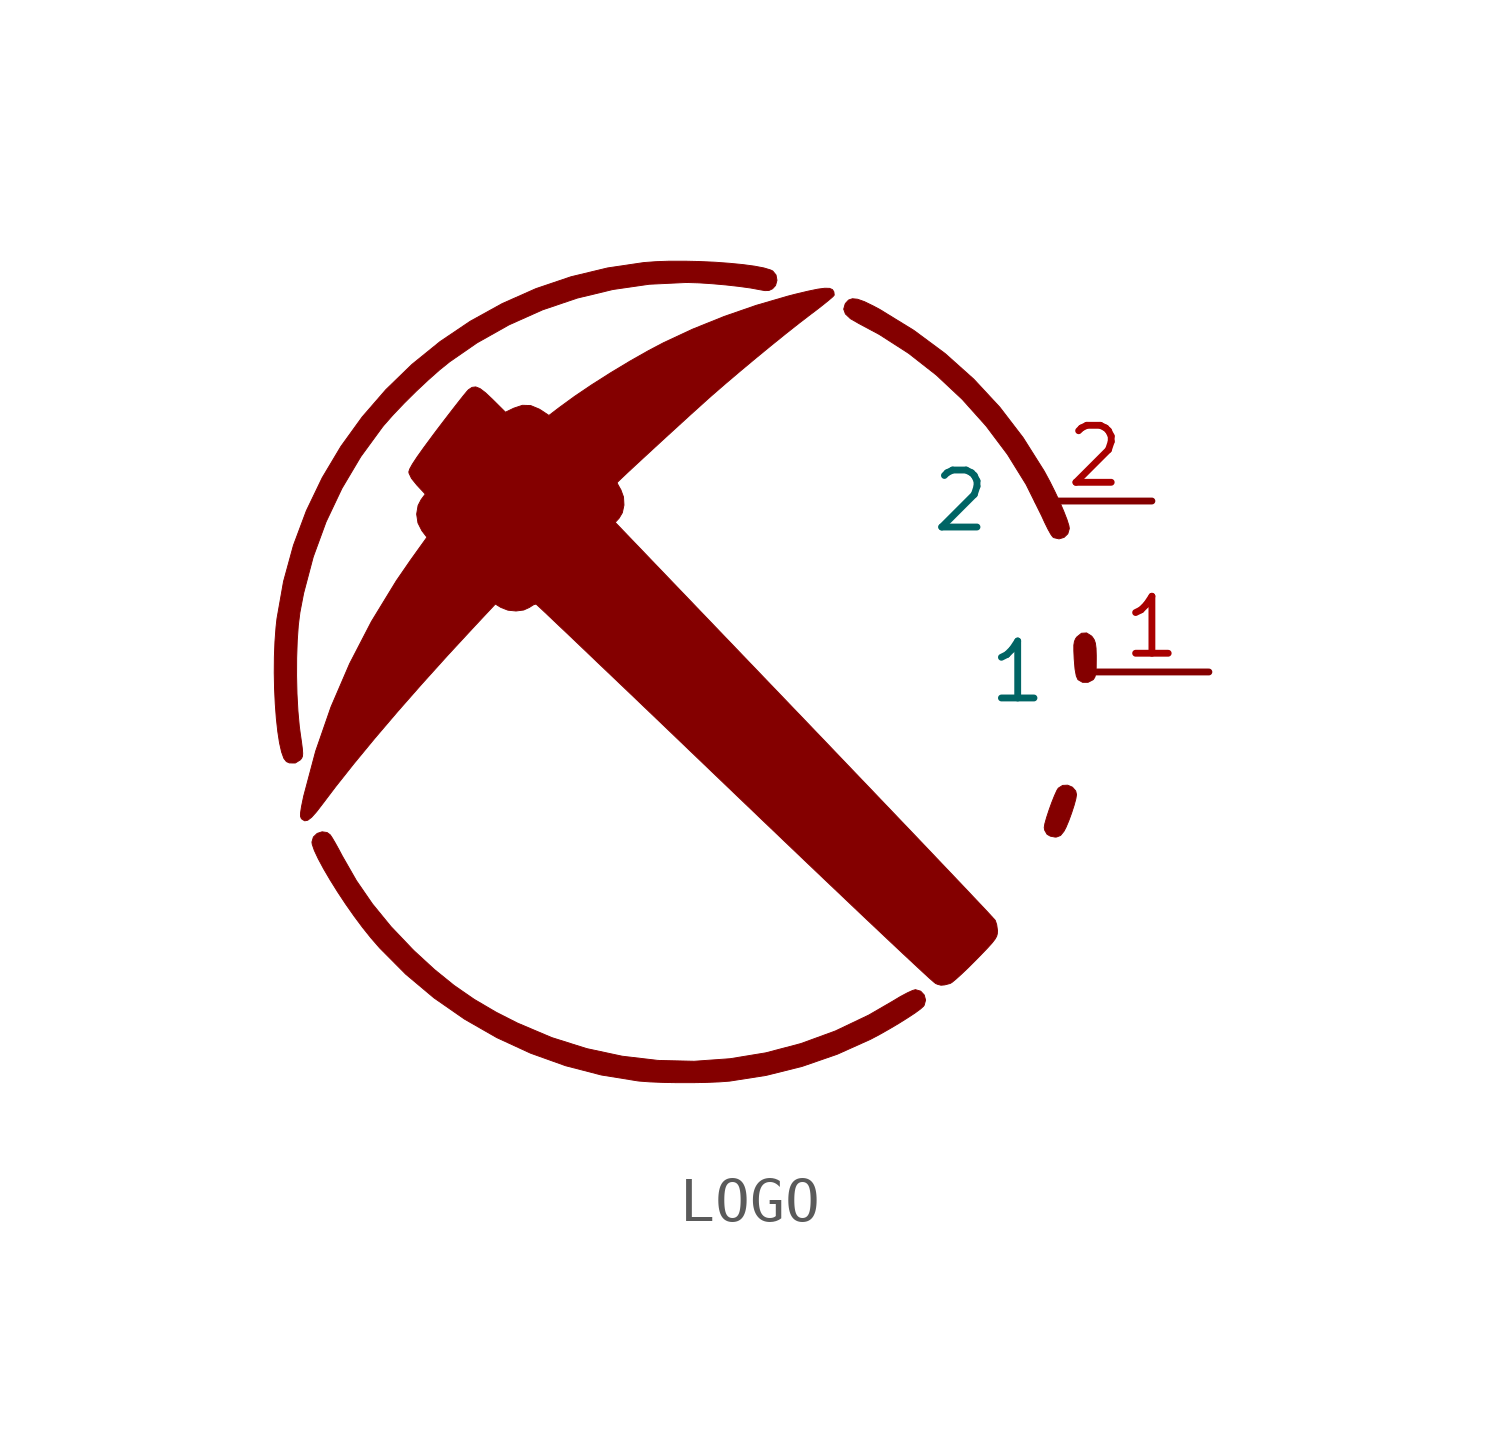
<source format=kicad_sym>
(kicad_symbol_lib
  (version 20231120)
  (generator "kicad_symbol_editor")
  (generator_version "8.0")
  (symbol "LOGO"
    (pin_names
      (offset 1.016))
    (property "Reference" "G"
      (at 8.89 16.985 0)
      (effects (font (size 1.27 1.27)) (hide yes)))
    (symbol "LOGO_0_0"
      (polyline (pts (xy 16.926 3.942) (xy 17.014 3.976) (xy 17.09 4.07) (xy 17.137 4.16) (xy 17.199 4.308) (xy 17.261 4.478) (xy 17.316 4.648) (xy 17.355 4.792) (xy 17.37 4.887) (xy 17.352 4.968) (xy 17.279 5.052) (xy 17.173 5.097) (xy 17.06 5.092) (xy 16.963 5.03) (xy 16.932 4.98) (xy 16.879 4.863) (xy 16.817 4.708) (xy 16.756 4.538) (xy 16.702 4.373) (xy 16.664 4.238) (xy 16.65 4.152) (xy 16.661 4.093) (xy 16.713 4.003) (xy 16.786 3.961) (xy 16.893 3.94) (xy 16.926 3.942)) (stroke (width 0.01) (type default)) (fill (type outline)))
      (polyline (pts (xy 17.737 7.446) (xy 17.751 7.46) (xy 17.781 7.51) (xy 17.799 7.589) (xy 17.808 7.713) (xy 17.81 7.901) (xy 17.81 7.99) (xy 17.805 8.15) (xy 17.791 8.258) (xy 17.767 8.333) (xy 17.727 8.395) (xy 17.704 8.421) (xy 17.595 8.49) (xy 17.481 8.483) (xy 17.376 8.399) (xy 17.348 8.359) (xy 17.323 8.299) (xy 17.31 8.217) (xy 17.31 8.093) (xy 17.318 7.909) (xy 17.318 7.909) (xy 17.337 7.683) (xy 17.365 7.531) (xy 17.401 7.45) (xy 17.403 7.448) (xy 17.503 7.39) (xy 17.626 7.389) (xy 17.737 7.446)) (stroke (width 0.01) (type default)) (fill (type outline)))
      (polyline (pts (xy 17.092 10.619) (xy 17.176 10.7) (xy 17.21 10.817) (xy 17.2 10.881) (xy 17.157 11.017) (xy 17.087 11.197) (xy 16.997 11.408) (xy 16.891 11.633) (xy 16.778 11.86) (xy 16.663 12.073) (xy 16.643 12.108) (xy 16.18 12.842) (xy 15.659 13.522) (xy 15.08 14.146) (xy 14.441 14.717) (xy 13.743 15.234) (xy 12.986 15.699) (xy 12.846 15.774) (xy 12.643 15.873) (xy 12.489 15.927) (xy 12.375 15.938) (xy 12.29 15.909) (xy 12.226 15.84) (xy 12.213 15.819) (xy 12.181 15.706) (xy 12.22 15.599) (xy 12.332 15.493) (xy 12.522 15.384) (xy 12.974 15.142) (xy 13.627 14.722) (xy 14.246 14.237) (xy 14.824 13.695) (xy 15.355 13.102) (xy 15.832 12.467) (xy 16.247 11.797) (xy 16.593 11.099) (xy 16.661 10.95) (xy 16.736 10.798) (xy 16.799 10.686) (xy 16.84 10.63) (xy 16.865 10.613) (xy 16.98 10.586) (xy 17.092 10.619)) (stroke (width 0.01) (type default)) (fill (type outline)))
      (polyline (pts (xy 9.13 -1.527) (xy 9.414 -1.515) (xy 9.642 -1.498) (xy 9.647 -1.497) (xy 10.456 -1.37) (xy 11.259 -1.169) (xy 12.039 -0.899) (xy 12.782 -0.565) (xy 12.978 -0.461) (xy 13.192 -0.34) (xy 13.405 -0.214) (xy 13.601 -0.091) (xy 13.769 0.019) (xy 13.893 0.11) (xy 13.96 0.171) (xy 13.975 0.193) (xy 14.006 0.308) (xy 13.976 0.421) (xy 13.897 0.506) (xy 13.78 0.54) (xy 13.714 0.521) (xy 13.596 0.467) (xy 13.444 0.386) (xy 13.276 0.285) (xy 12.74 -0.026) (xy 11.995 -0.381) (xy 11.228 -0.661) (xy 10.444 -0.868) (xy 9.649 -0.999) (xy 8.848 -1.056) (xy 8.044 -1.037) (xy 7.244 -0.943) (xy 6.451 -0.773) (xy 5.672 -0.527) (xy 4.91 -0.204) (xy 4.434 0.038) (xy 3.947 0.324) (xy 3.497 0.635) (xy 3.061 0.988) (xy 2.615 1.398) (xy 2.566 1.447) (xy 2.09 1.947) (xy 1.679 2.45) (xy 1.321 2.97) (xy 1.003 3.525) (xy 0.933 3.658) (xy 0.849 3.81) (xy 0.78 3.927) (xy 0.738 3.99) (xy 0.668 4.042) (xy 0.557 4.058) (xy 0.447 4.022) (xy 0.363 3.942) (xy 0.33 3.83) (xy 0.337 3.779) (xy 0.384 3.642) (xy 0.471 3.457) (xy 0.59 3.235) (xy 0.736 2.986) (xy 0.902 2.72) (xy 1.082 2.448) (xy 1.27 2.18) (xy 1.459 1.926) (xy 1.643 1.696) (xy 1.842 1.467) (xy 2.42 0.885) (xy 3.052 0.355) (xy 3.731 -0.117) (xy 4.45 -0.529) (xy 5.203 -0.876) (xy 5.982 -1.155) (xy 6.78 -1.362) (xy 7.59 -1.493) (xy 7.622 -1.497) (xy 7.861 -1.515) (xy 8.153 -1.527) (xy 8.477 -1.533) (xy 8.81 -1.533) (xy 9.13 -1.527)) (stroke (width 0.01) (type default)) (fill (type outline)))
      (polyline (pts (xy 0.071 5.661) (xy 0.076 5.666) (xy 0.103 5.702) (xy 0.12 5.745) (xy 0.124 5.809) (xy 0.117 5.908) (xy 0.098 6.057) (xy 0.067 6.271) (xy 0.049 6.408) (xy 0.018 6.751) (xy -0.003 7.133) (xy -0.012 7.535) (xy -0.01 7.936) (xy 0.003 8.319) (xy 0.027 8.661) (xy 0.062 8.944) (xy 0.145 9.375) (xy 0.359 10.184) (xy 0.645 10.965) (xy 0.999 11.712) (xy 1.419 12.419) (xy 1.902 13.08) (xy 1.939 13.125) (xy 2.141 13.354) (xy 2.384 13.609) (xy 2.649 13.872) (xy 2.92 14.126) (xy 3.176 14.353) (xy 3.401 14.534) (xy 4.008 14.954) (xy 4.72 15.355) (xy 5.467 15.689) (xy 6.242 15.952) (xy 7.038 16.144) (xy 7.848 16.261) (xy 8.664 16.3) (xy 8.702 16.3) (xy 8.957 16.292) (xy 9.248 16.273) (xy 9.553 16.246) (xy 9.848 16.213) (xy 10.109 16.177) (xy 10.313 16.139) (xy 10.426 16.119) (xy 10.517 16.123) (xy 10.595 16.16) (xy 10.662 16.233) (xy 10.694 16.349) (xy 10.673 16.467) (xy 10.6 16.556) (xy 10.552 16.579) (xy 10.404 16.624) (xy 10.194 16.664) (xy 9.934 16.699) (xy 9.636 16.728) (xy 9.312 16.752) (xy 8.975 16.767) (xy 8.635 16.775) (xy 8.306 16.775) (xy 7.999 16.764) (xy 7.726 16.744) (xy 6.917 16.624) (xy 6.104 16.428) (xy 5.321 16.163) (xy 4.572 15.831) (xy 3.859 15.437) (xy 3.187 14.984) (xy 2.559 14.475) (xy 1.979 13.913) (xy 1.45 13.303) (xy 0.976 12.647) (xy 0.56 11.95) (xy 0.206 11.213) (xy -0.082 10.442) (xy -0.302 9.639) (xy -0.449 8.808) (xy -0.47 8.618) (xy -0.494 8.296) (xy -0.507 7.953) (xy -0.51 7.601) (xy -0.503 7.249) (xy -0.487 6.906) (xy -0.463 6.584) (xy -0.431 6.292) (xy -0.392 6.04) (xy -0.346 5.837) (xy -0.295 5.695) (xy -0.239 5.623) (xy -0.172 5.593) (xy -0.041 5.591) (xy 0.071 5.661)) (stroke (width 0.01) (type default)) (fill (type outline)))
      (polyline (pts (xy 14.431 0.646) (xy 14.554 0.678) (xy 14.593 0.701) (xy 14.683 0.775) (xy 14.809 0.889) (xy 14.96 1.033) (xy 15.124 1.197) (xy 15.248 1.324) (xy 15.391 1.473) (xy 15.491 1.584) (xy 15.554 1.666) (xy 15.59 1.73) (xy 15.605 1.787) (xy 15.608 1.846) (xy 15.608 1.863) (xy 15.591 1.988) (xy 15.559 2.084) (xy 15.554 2.09) (xy 15.505 2.144) (xy 15.405 2.253) (xy 15.256 2.412) (xy 15.061 2.618) (xy 14.825 2.868) (xy 14.549 3.158) (xy 14.237 3.486) (xy 13.893 3.848) (xy 13.518 4.241) (xy 13.116 4.662) (xy 12.69 5.108) (xy 12.243 5.575) (xy 11.779 6.061) (xy 11.3 6.561) (xy 7.089 10.954) (xy 7.175 11.046) (xy 7.248 11.169) (xy 7.284 11.339) (xy 7.274 11.52) (xy 7.215 11.681) (xy 7.194 11.716) (xy 7.148 11.799) (xy 7.13 11.839) (xy 7.157 11.867) (xy 7.235 11.942) (xy 7.357 12.057) (xy 7.515 12.204) (xy 7.701 12.376) (xy 7.907 12.566) (xy 8.125 12.767) (xy 8.348 12.971) (xy 8.567 13.171) (xy 8.774 13.36) (xy 8.963 13.53) (xy 9.124 13.676) (xy 9.25 13.788) (xy 9.261 13.797) (xy 9.551 14.049) (xy 9.874 14.323) (xy 10.214 14.607) (xy 10.556 14.888) (xy 10.884 15.153) (xy 11.184 15.39) (xy 11.439 15.586) (xy 11.568 15.683) (xy 11.728 15.808) (xy 11.855 15.911) (xy 11.94 15.984) (xy 11.97 16.019) (xy 11.962 16.091) (xy 11.93 16.142) (xy 11.866 16.169) (xy 11.761 16.172) (xy 11.606 16.152) (xy 11.392 16.108) (xy 11.11 16.041) (xy 10.94 15.997) (xy 10.232 15.791) (xy 9.514 15.542) (xy 8.816 15.261) (xy 8.168 14.959) (xy 7.83 14.781) (xy 7.415 14.546) (xy 6.987 14.288) (xy 6.567 14.021) (xy 6.178 13.758) (xy 5.841 13.512) (xy 5.612 13.337) (xy 5.457 13.44) (xy 5.397 13.478) (xy 5.206 13.557) (xy 5.022 13.563) (xy 4.829 13.499) (xy 4.643 13.409) (xy 4.355 13.695) (xy 4.197 13.844) (xy 4.077 13.935) (xy 3.981 13.973) (xy 3.899 13.963) (xy 3.819 13.91) (xy 3.783 13.871) (xy 3.703 13.774) (xy 3.589 13.63) (xy 3.448 13.449) (xy 3.287 13.24) (xy 3.114 13.013) (xy 3.022 12.89) (xy 2.824 12.622) (xy 2.674 12.411) (xy 2.57 12.253) (xy 2.51 12.144) (xy 2.49 12.082) (xy 2.493 12.053) (xy 2.549 11.934) (xy 2.673 11.781) (xy 2.856 11.585) (xy 2.763 11.459) (xy 2.696 11.33) (xy 2.664 11.138) (xy 2.693 10.942) (xy 2.781 10.768) (xy 2.893 10.622) (xy 2.529 10.114) (xy 2.21 9.651) (xy 1.657 8.746) (xy 1.171 7.807) (xy 0.755 6.841) (xy 0.413 5.854) (xy 0.147 4.855) (xy 0.137 4.808) (xy 0.097 4.615) (xy 0.077 4.483) (xy 0.076 4.401) (xy 0.093 4.356) (xy 0.112 4.336) (xy 0.17 4.303) (xy 0.237 4.316) (xy 0.322 4.381) (xy 0.432 4.504) (xy 0.575 4.69) (xy 0.859 5.065) (xy 1.27 5.583) (xy 1.731 6.142) (xy 2.236 6.734) (xy 2.781 7.354) (xy 3.358 7.994) (xy 3.962 8.647) (xy 4.418 9.134) (xy 4.544 9.057) (xy 4.699 8.997) (xy 4.878 8.979) (xy 5.05 9.001) (xy 5.185 9.063) (xy 5.193 9.07) (xy 5.273 9.12) (xy 5.325 9.133) (xy 5.329 9.13) (xy 5.377 9.086) (xy 5.48 8.99) (xy 5.632 8.846) (xy 5.832 8.656) (xy 6.077 8.424) (xy 6.362 8.152) (xy 6.684 7.844) (xy 7.042 7.503) (xy 7.431 7.132) (xy 7.848 6.733) (xy 8.29 6.31) (xy 8.754 5.865) (xy 9.236 5.403) (xy 9.735 4.925) (xy 9.871 4.795) (xy 10.367 4.32) (xy 10.848 3.86) (xy 11.31 3.419) (xy 11.75 3) (xy 12.165 2.606) (xy 12.551 2.239) (xy 12.906 1.904) (xy 13.226 1.602) (xy 13.508 1.337) (xy 13.748 1.113) (xy 13.944 0.931) (xy 14.091 0.796) (xy 14.188 0.711) (xy 14.23 0.677) (xy 14.276 0.658) (xy 14.35 0.639) (xy 14.431 0.646)) (stroke (width 0.01) (type default)) (fill (type outline))))
    (symbol "LOGO_1_1"
      (pin input line (at 20.32 7.62 180) (length 2.54) (name "1" (effects (font (size 1.27 1.27)))) (number "1" (effects (font (size 1.27 1.27)))))
      (pin input line (at 19.05 11.43 180) (length 2.54) (name "2" (effects (font (size 1.27 1.27)))) (number "2" (effects (font (size 1.27 1.27))))))))
</source>
